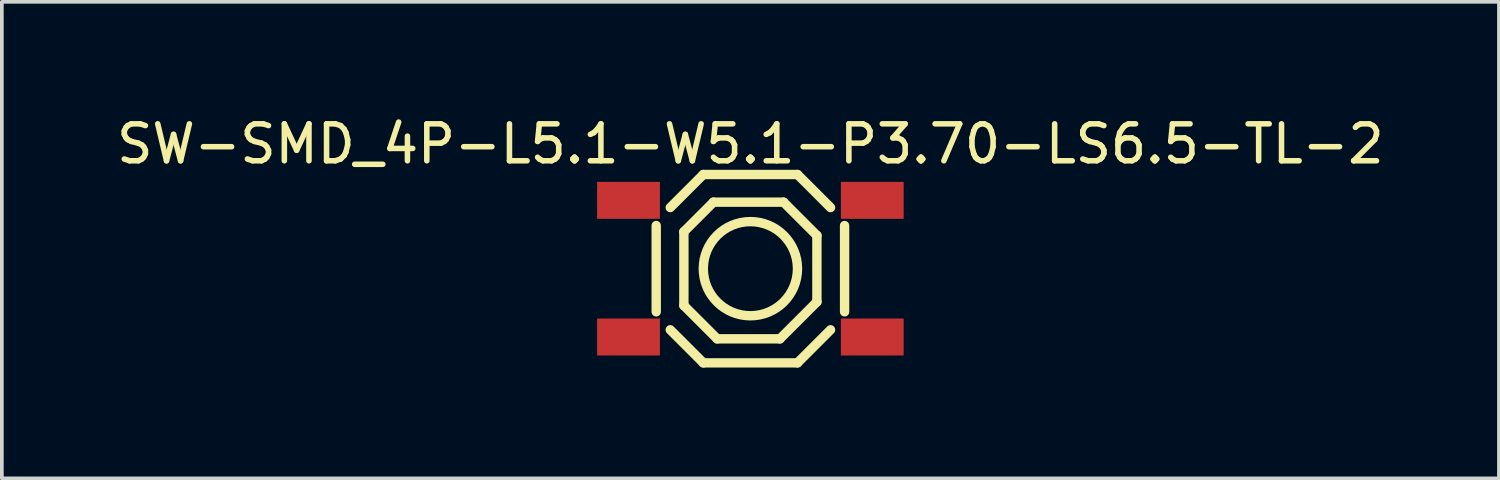
<source format=kicad_pcb>
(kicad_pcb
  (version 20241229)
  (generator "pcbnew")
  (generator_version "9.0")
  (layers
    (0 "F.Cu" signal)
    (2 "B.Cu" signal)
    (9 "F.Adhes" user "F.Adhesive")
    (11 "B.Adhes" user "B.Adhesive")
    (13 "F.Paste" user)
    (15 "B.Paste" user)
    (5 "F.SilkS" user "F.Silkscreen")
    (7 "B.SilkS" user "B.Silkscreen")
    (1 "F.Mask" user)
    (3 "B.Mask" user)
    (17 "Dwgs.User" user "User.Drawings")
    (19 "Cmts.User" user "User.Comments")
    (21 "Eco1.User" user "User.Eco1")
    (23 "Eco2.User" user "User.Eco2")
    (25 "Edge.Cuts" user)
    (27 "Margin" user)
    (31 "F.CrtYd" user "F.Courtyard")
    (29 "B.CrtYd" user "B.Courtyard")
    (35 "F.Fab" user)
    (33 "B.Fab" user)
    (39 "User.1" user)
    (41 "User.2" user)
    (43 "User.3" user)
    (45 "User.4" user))
  (footprint "SW-SMD_4P-L5.1-W5.1-P3.70-LS6.5-TL-2"
    (layer "F.Cu")
    (at 17.268 4.225)
    (property "Reference" "SW-SMD_4P-L5.1-W5.1-P3.70-LS6.5-TL-2" (at 0 -3.377 0) (layer "F.SilkS") (effects (font (size 1 1) (thickness 0.15))))
    (fp_line (start -2.55 1.168) (end -2.55 -1.168) (stroke (width 0.254) (type solid)) (layer "F.SilkS"))
    (fp_line (start -2.17 -1.655) (end -1.275 -2.55) (stroke (width 0.254) (type solid)) (layer "F.SilkS"))
    (fp_line (start -2.17 1.655) (end -1.275 2.55) (stroke (width 0.254) (type solid)) (layer "F.SilkS"))
    (fp_line (start -1.801 -1.001) (end -1.001 -1.801) (stroke (width 0.254) (type solid)) (layer "F.SilkS"))
    (fp_line (start -1.801 0.998) (end -1.801 -1.001) (stroke (width 0.254) (type solid)) (layer "F.SilkS"))
    (fp_line (start -1.801 0.998) (end -0.899 1.9) (stroke (width 0.254) (type solid)) (layer "F.SilkS"))
    (fp_line (start -1.275 -2.55) (end 1.275 -2.55) (stroke (width 0.254) (type solid)) (layer "F.SilkS"))
    (fp_line (start -1.275 2.55) (end 1.275 2.55) (stroke (width 0.254) (type solid)) (layer "F.SilkS"))
    (fp_line (start -1.001 -1.801) (end 0.899 -1.801) (stroke (width 0.254) (type solid)) (layer "F.SilkS"))
    (fp_line (start -0.899 1.9) (end 0.8 1.9) (stroke (width 0.254) (type solid)) (layer "F.SilkS"))
    (fp_line (start 0.8 1.9) (end 1.801 0.899) (stroke (width 0.254) (type solid)) (layer "F.SilkS"))
    (fp_line (start 0.899 -1.801) (end 1.801 -0.899) (stroke (width 0.254) (type solid)) (layer "F.SilkS"))
    (fp_line (start 1.275 -2.55) (end 2.17 -1.655) (stroke (width 0.254) (type solid)) (layer "F.SilkS"))
    (fp_line (start 1.275 2.55) (end 2.17 1.655) (stroke (width 0.254) (type solid)) (layer "F.SilkS"))
    (fp_line (start 1.801 0.899) (end 1.801 -0.899) (stroke (width 0.254) (type solid)) (layer "F.SilkS"))
    (fp_line (start 2.55 1.168) (end 2.55 -1.168) (stroke (width 0.254) (type solid)) (layer "F.SilkS"))
    (fp_circle (center 0 0) (end 0 -1.275) (stroke (width 0.254) (type solid)) (fill no) (layer "F.SilkS"))
    (fp_line (start -2.55 -1.3) (end -2.55 1.3) (stroke (width 0.051) (type solid)) (layer "Eco2.User"))
    (fp_line (start -2.55 -1.3) (end -1.3 -2.55) (stroke (width 0.051) (type solid)) (layer "Eco2.User"))
    (fp_line (start -2.55 1.3) (end -1.3 2.55) (stroke (width 0.051) (type solid)) (layer "Eco2.User"))
    (fp_line (start -1.3 -2.55) (end 1.3 -2.55) (stroke (width 0.051) (type solid)) (layer "Eco2.User"))
    (fp_line (start -1.3 2.55) (end 1.3 2.55) (stroke (width 0.051) (type solid)) (layer "Eco2.User"))
    (fp_line (start 1.3 -2.55) (end 2.55 -1.3) (stroke (width 0.051) (type solid)) (layer "Eco2.User"))
    (fp_line (start 1.3 2.55) (end 2.55 1.3) (stroke (width 0.051) (type solid)) (layer "Eco2.User"))
    (fp_line (start 2.55 1.3) (end 2.55 -1.3) (stroke (width 0.051) (type solid)) (layer "Eco2.User"))
    (fp_poly (pts (xy -3.25 -1.599) (xy -3.25 -2.099) (xy -2.85 -2.099) (xy -2.85 -1.599)) (stroke (width 0.1) (type default)) (fill no) (layer "Eco2.User"))
    (fp_poly (pts (xy -3.25 2.1) (xy -3.25 1.6) (xy -2.85 1.6) (xy -2.85 2.1)) (stroke (width 0.1) (type default)) (fill no) (layer "Eco2.User"))
    (fp_poly (pts (xy -2.2 1.6) (xy -1.7 2.1) (xy -2.86 2.1) (xy -2.86 1.6)) (stroke (width 0.1) (type default)) (fill no) (layer "Eco2.User"))
    (fp_poly (pts (xy -2.2 -1.599) (xy -1.7 -2.099) (xy -2.86 -2.1) (xy -2.86 -1.6)) (stroke (width 0.1) (type default)) (fill no) (layer "Eco2.User"))
    (fp_poly (pts (xy 2.2 -1.6) (xy 1.7 -2.1) (xy 2.86 -2.1) (xy 2.86 -1.6)) (stroke (width 0.1) (type default)) (fill no) (layer "Eco2.User"))
    (fp_poly (pts (xy 2.201 1.601) (xy 1.701 2.101) (xy 2.861 2.101) (xy 2.861 1.601)) (stroke (width 0.1) (type default)) (fill no) (layer "Eco2.User"))
    (fp_poly (pts (xy 2.85 -1.6) (xy 2.85 -2.1) (xy 3.25 -2.1) (xy 3.25 -1.6)) (stroke (width 0.1) (type default)) (fill no) (layer "Eco2.User"))
    (fp_poly (pts (xy 2.85 2.1) (xy 2.85 1.6) (xy 3.25 1.6) (xy 3.25 2.1)) (stroke (width 0.1) (type default)) (fill no) (layer "Eco2.User"))
    (fp_poly (pts (xy -3.185 -2.55) (xy -3.204 -2.596) (xy -3.25 -2.615) (xy -3.296 -2.596) (xy -3.315 -2.55) (xy -3.296 -2.504) (xy -3.25 -2.485) (xy -3.204 -2.504)) (stroke (width 0.1) (type default)) (fill no) (layer "Eco2.User"))
    (pad "1" smd rect (at -3.3 -1.85) (size 1.7 1) (layers "F.Cu" "F.Mask" "F.Paste"))
    (pad "2" smd rect (at 3.3 -1.85) (size 1.7 1) (layers "F.Cu" "F.Mask" "F.Paste"))
    (pad "3" smd rect (at -3.3 1.85) (size 1.7 1) (layers "F.Cu" "F.Mask" "F.Paste"))
    (pad "4" smd rect (at 3.3 1.85) (size 1.7 1) (layers "F.Cu" "F.Mask" "F.Paste")))
  (gr_rect
    (start -3 -3)
    (end 37.536 9.903)
    (stroke (width 0.1) (type default))
    (fill no)
    (layer "Edge.Cuts")))
</source>
